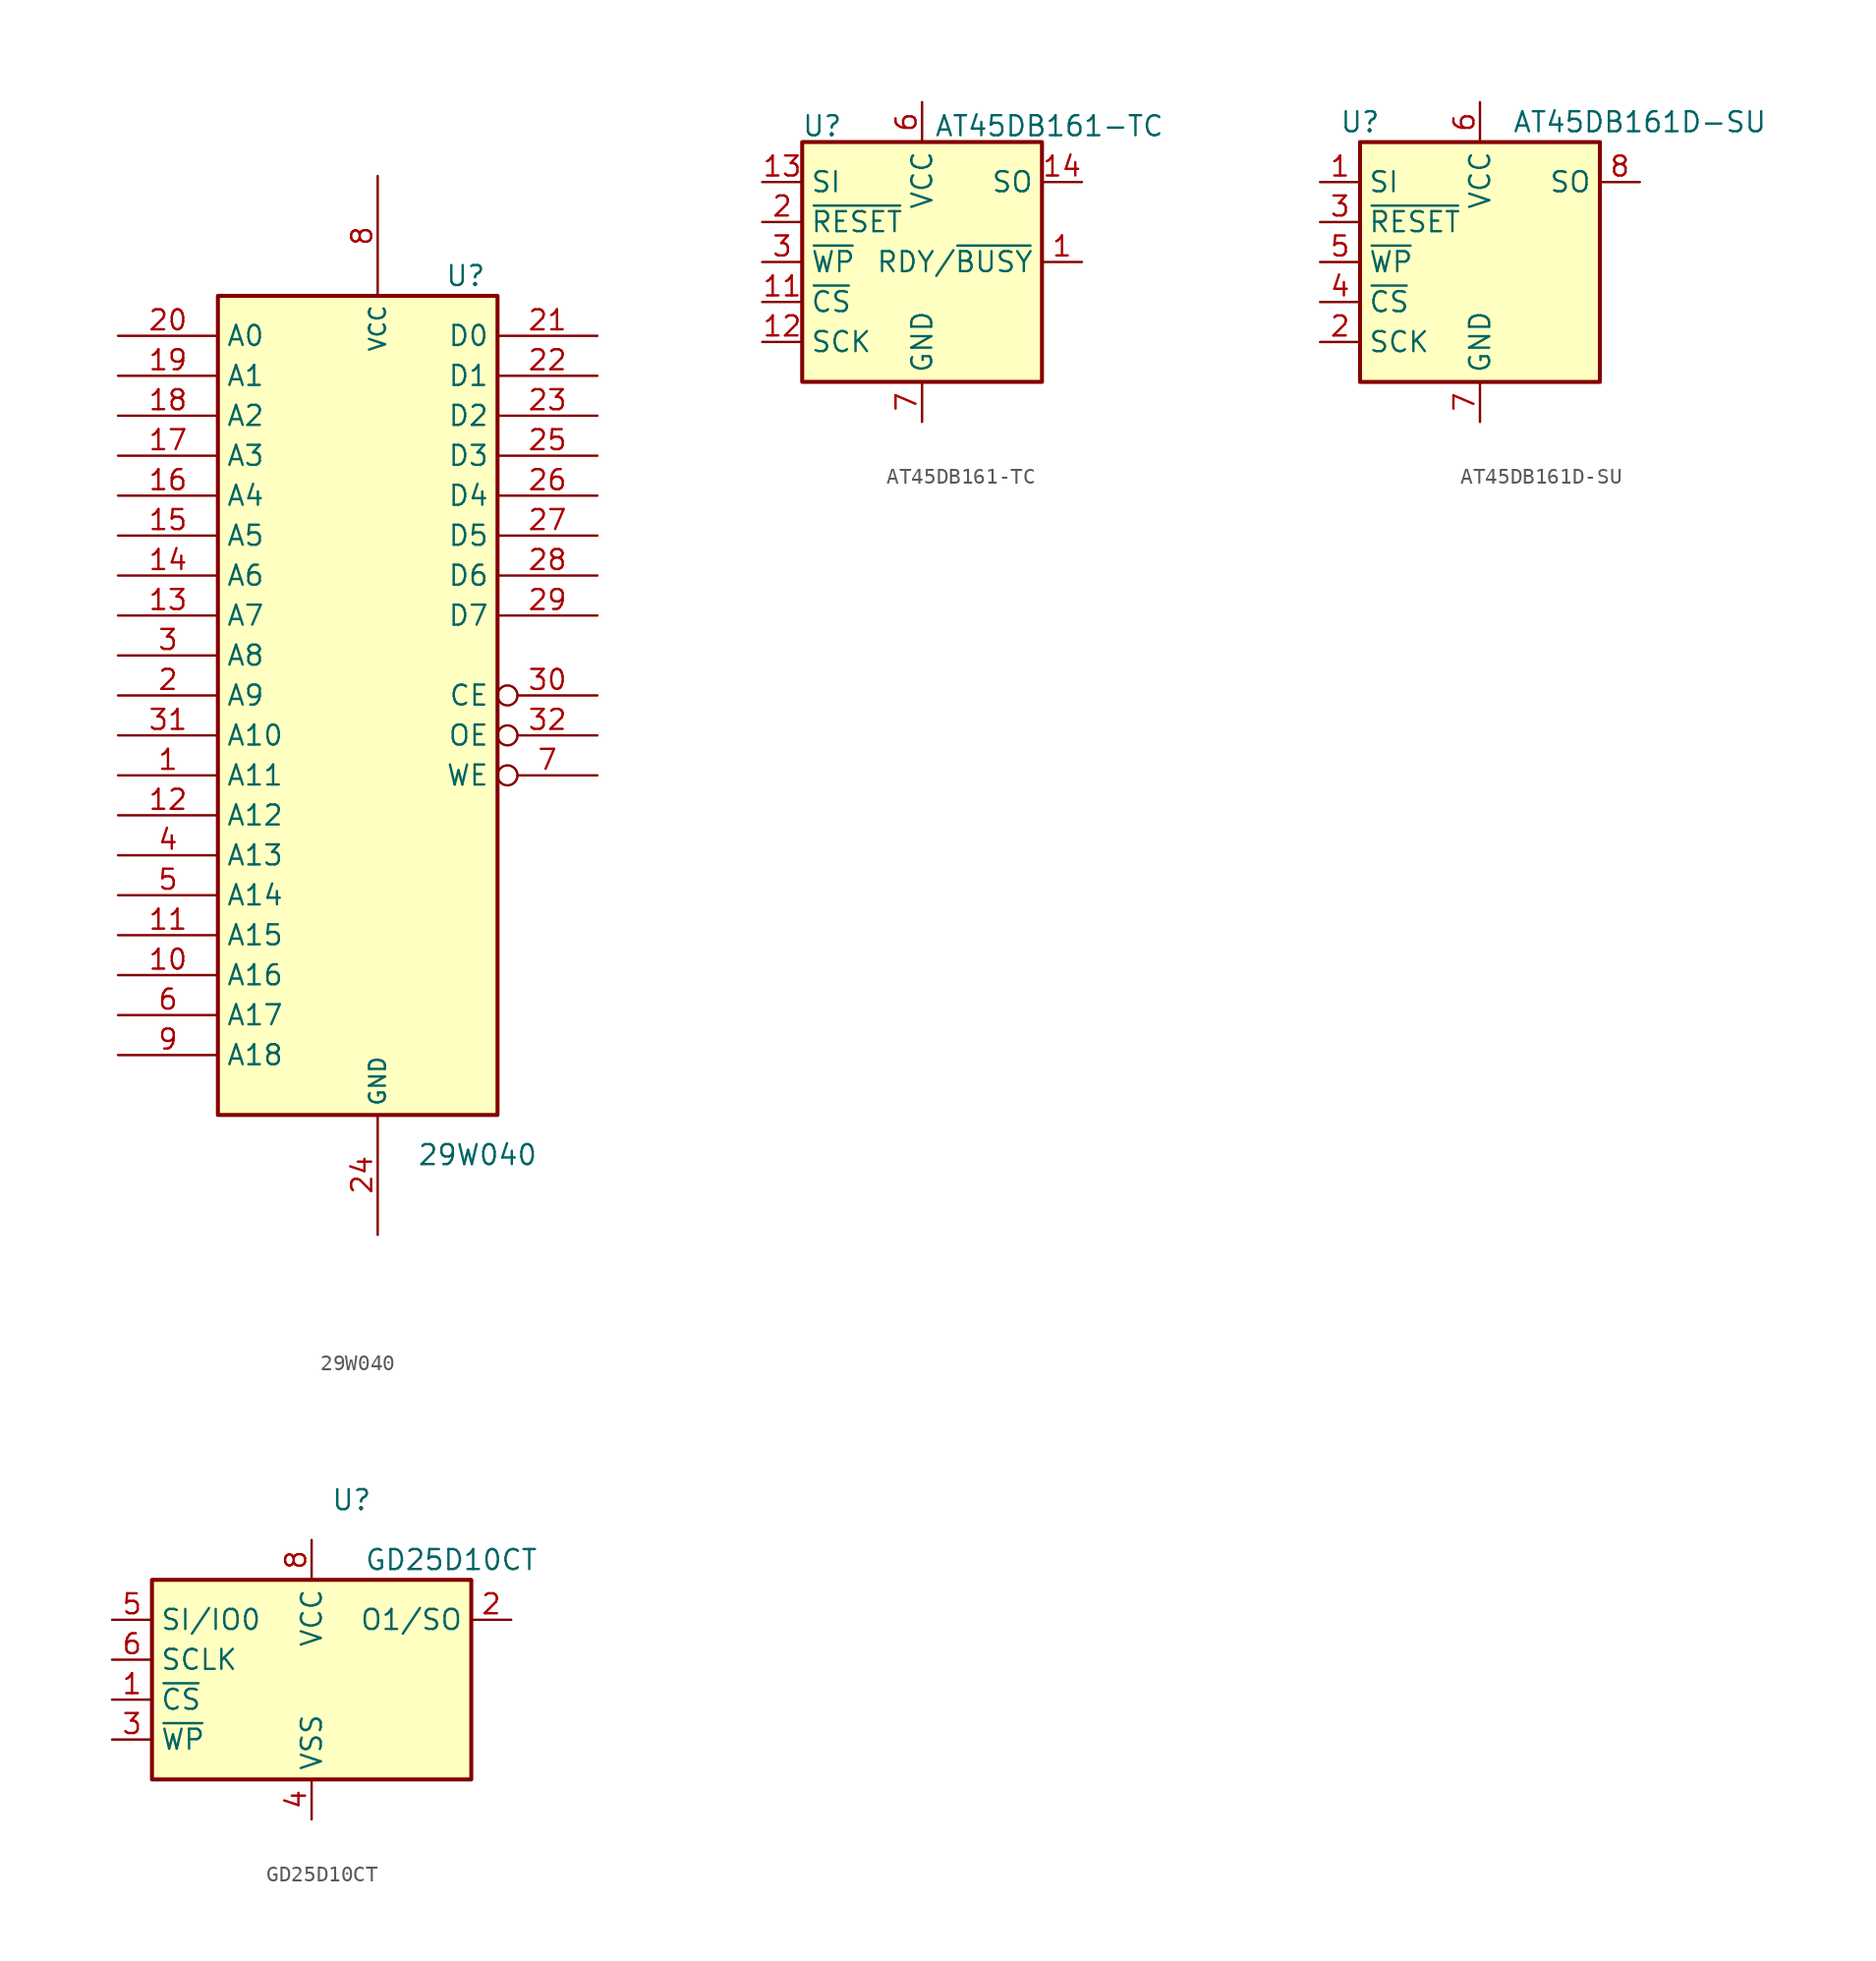
<source format=kicad_sym>
(kicad_symbol_lib
  (version 20211014)
  (generator kicad_symbol_editor)
  (symbol "29W040"
    (property "Reference" "U"
      (at 6.858 24.13 0)
      (effects (font (size 1.27 1.27))))
    (property "Value" "29W040"
      (at 7.62 -31.75 0)
      (effects (font (size 1.27 1.27))))
    (symbol "29W040_0_1"
      (rectangle (start -8.89 22.86) (end 8.89 -29.21) (stroke (width 0.254) (type default) (color 0 0 0 0)) (fill (type background))))
    (symbol "29W040_1_1"
      (pin input line (at -15.24 -7.62 0) (length 6.35) (name "A11" (effects (font (size 1.27 1.27)))) (number "1" (effects (font (size 1.27 1.27)))))
      (pin input line (at -15.24 -20.32 0) (length 6.35) (name "A16" (effects (font (size 1.27 1.27)))) (number "10" (effects (font (size 1.27 1.27)))))
      (pin input line (at -15.24 -17.78 0) (length 6.35) (name "A15" (effects (font (size 1.27 1.27)))) (number "11" (effects (font (size 1.27 1.27)))))
      (pin input line (at -15.24 -10.16 0) (length 6.35) (name "A12" (effects (font (size 1.27 1.27)))) (number "12" (effects (font (size 1.27 1.27)))))
      (pin input line (at -15.24 2.54 0) (length 6.35) (name "A7" (effects (font (size 1.27 1.27)))) (number "13" (effects (font (size 1.27 1.27)))))
      (pin input line (at -15.24 5.08 0) (length 6.35) (name "A6" (effects (font (size 1.27 1.27)))) (number "14" (effects (font (size 1.27 1.27)))))
      (pin input line (at -15.24 7.62 0) (length 6.35) (name "A5" (effects (font (size 1.27 1.27)))) (number "15" (effects (font (size 1.27 1.27)))))
      (pin input line (at -15.24 10.16 0) (length 6.35) (name "A4" (effects (font (size 1.27 1.27)))) (number "16" (effects (font (size 1.27 1.27)))))
      (pin input line (at -15.24 12.7 0) (length 6.35) (name "A3" (effects (font (size 1.27 1.27)))) (number "17" (effects (font (size 1.27 1.27)))))
      (pin input line (at -15.24 15.24 0) (length 6.35) (name "A2" (effects (font (size 1.27 1.27)))) (number "18" (effects (font (size 1.27 1.27)))))
      (pin input line (at -15.24 17.78 0) (length 6.35) (name "A1" (effects (font (size 1.27 1.27)))) (number "19" (effects (font (size 1.27 1.27)))))
      (pin input line (at -15.24 -2.54 0) (length 6.35) (name "A9" (effects (font (size 1.27 1.27)))) (number "2" (effects (font (size 1.27 1.27)))))
      (pin input line (at -15.24 20.32 0) (length 6.35) (name "A0" (effects (font (size 1.27 1.27)))) (number "20" (effects (font (size 1.27 1.27)))))
      (pin tri_state line (at 15.24 20.32 180) (length 6.35) (name "D0" (effects (font (size 1.27 1.27)))) (number "21" (effects (font (size 1.27 1.27)))))
      (pin tri_state line (at 15.24 17.78 180) (length 6.35) (name "D1" (effects (font (size 1.27 1.27)))) (number "22" (effects (font (size 1.27 1.27)))))
      (pin tri_state line (at 15.24 15.24 180) (length 6.35) (name "D2" (effects (font (size 1.27 1.27)))) (number "23" (effects (font (size 1.27 1.27)))))
      (pin power_in line (at 1.27 -36.83 90) (length 7.62) (name "GND" (effects (font (size 1.016 1.016)))) (number "24" (effects (font (size 1.27 1.27)))))
      (pin tri_state line (at 15.24 12.7 180) (length 6.35) (name "D3" (effects (font (size 1.27 1.27)))) (number "25" (effects (font (size 1.27 1.27)))))
      (pin tri_state line (at 15.24 10.16 180) (length 6.35) (name "D4" (effects (font (size 1.27 1.27)))) (number "26" (effects (font (size 1.27 1.27)))))
      (pin tri_state line (at 15.24 7.62 180) (length 6.35) (name "D5" (effects (font (size 1.27 1.27)))) (number "27" (effects (font (size 1.27 1.27)))))
      (pin tri_state line (at 15.24 5.08 180) (length 6.35) (name "D6" (effects (font (size 1.27 1.27)))) (number "28" (effects (font (size 1.27 1.27)))))
      (pin tri_state line (at 15.24 2.54 180) (length 6.35) (name "D7" (effects (font (size 1.27 1.27)))) (number "29" (effects (font (size 1.27 1.27)))))
      (pin input line (at -15.24 0 0) (length 6.35) (name "A8" (effects (font (size 1.27 1.27)))) (number "3" (effects (font (size 1.27 1.27)))))
      (pin input inverted (at 15.24 -2.54 180) (length 6.35) (name "CE" (effects (font (size 1.27 1.27)))) (number "30" (effects (font (size 1.27 1.27)))))
      (pin input line (at -15.24 -5.08 0) (length 6.35) (name "A10" (effects (font (size 1.27 1.27)))) (number "31" (effects (font (size 1.27 1.27)))))
      (pin input inverted (at 15.24 -5.08 180) (length 6.35) (name "OE" (effects (font (size 1.27 1.27)))) (number "32" (effects (font (size 1.27 1.27)))))
      (pin input line (at -15.24 -12.7 0) (length 6.35) (name "A13" (effects (font (size 1.27 1.27)))) (number "4" (effects (font (size 1.27 1.27)))))
      (pin input line (at -15.24 -15.24 0) (length 6.35) (name "A14" (effects (font (size 1.27 1.27)))) (number "5" (effects (font (size 1.27 1.27)))))
      (pin input line (at -15.24 -22.86 0) (length 6.35) (name "A17" (effects (font (size 1.27 1.27)))) (number "6" (effects (font (size 1.27 1.27)))))
      (pin input inverted (at 15.24 -7.62 180) (length 6.35) (name "WE" (effects (font (size 1.27 1.27)))) (number "7" (effects (font (size 1.27 1.27)))))
      (pin power_in line (at 1.27 30.48 270) (length 7.62) (name "VCC" (effects (font (size 1.016 1.016)))) (number "8" (effects (font (size 1.27 1.27)))))
      (pin input line (at -15.24 -25.4 0) (length 6.35) (name "A18" (effects (font (size 1.27 1.27)))) (number "9" (effects (font (size 1.27 1.27)))))))
  (symbol "AT45DB161-TC"
    (property "Reference" "U"
      (at -6.35 8.636 0)
      (effects (font (size 1.27 1.27))))
    (property "Value" "AT45DB161-TC"
      (at 0.762 8.636 0)
      (effects (font (size 1.27 1.27)) (justify left)))
    (symbol "AT45DB161-TC_0_1"
      (rectangle (start -7.62 7.62) (end 7.62 -7.62) (stroke (width 0.254) (type default) (color 0 0 0 0)) (fill (type background))))
    (symbol "AT45DB161-TC_1_1"
      (pin output line (at 10.16 0 180) (length 2.54) (name "RDY/~{BUSY}" (effects (font (size 1.27 1.27)))) (number "1" (effects (font (size 1.27 1.27)))))
      (pin input line (at -10.16 -2.54 0) (length 2.54) (name "~{CS}" (effects (font (size 1.27 1.27)))) (number "11" (effects (font (size 1.27 1.27)))))
      (pin input line (at -10.16 -5.08 0) (length 2.54) (name "SCK" (effects (font (size 1.27 1.27)))) (number "12" (effects (font (size 1.27 1.27)))))
      (pin input line (at -10.16 5.08 0) (length 2.54) (name "SI" (effects (font (size 1.27 1.27)))) (number "13" (effects (font (size 1.27 1.27)))))
      (pin output line (at 10.16 5.08 180) (length 2.54) (name "SO" (effects (font (size 1.27 1.27)))) (number "14" (effects (font (size 1.27 1.27)))))
      (pin input line (at -10.16 2.54 0) (length 2.54) (name "~{RESET}" (effects (font (size 1.27 1.27)))) (number "2" (effects (font (size 1.27 1.27)))))
      (pin input line (at -10.16 0 0) (length 2.54) (name "~{WP}" (effects (font (size 1.27 1.27)))) (number "3" (effects (font (size 1.27 1.27)))))
      (pin power_in line (at 0 10.16 270) (length 2.54) (name "VCC" (effects (font (size 1.27 1.27)))) (number "6" (effects (font (size 1.27 1.27)))))
      (pin power_in line (at 0 -10.16 90) (length 2.54) (name "GND" (effects (font (size 1.27 1.27)))) (number "7" (effects (font (size 1.27 1.27)))))))
  (symbol "AT45DB161D-SU"
    (property "Reference" "U"
      (at -7.62 8.89 0)
      (effects (font (size 1.27 1.27))))
    (property "Value" "AT45DB161D-SU"
      (at 10.16 8.89 0)
      (effects (font (size 1.27 1.27))))
    (symbol "AT45DB161D-SU_1_1"
      (rectangle (start -7.62 7.62) (end 7.62 -7.62) (stroke (width 0.254) (type default) (color 0 0 0 0)) (fill (type background)))
      (pin input line (at -10.16 5.08 0) (length 2.54) (name "SI" (effects (font (size 1.27 1.27)))) (number "1" (effects (font (size 1.27 1.27)))))
      (pin input line (at -10.16 -5.08 0) (length 2.54) (name "SCK" (effects (font (size 1.27 1.27)))) (number "2" (effects (font (size 1.27 1.27)))))
      (pin bidirectional line (at -10.16 2.54 0) (length 2.54) (name "~{RESET}" (effects (font (size 1.27 1.27)))) (number "3" (effects (font (size 1.27 1.27)))))
      (pin input line (at -10.16 -2.54 0) (length 2.54) (name "~{CS}" (effects (font (size 1.27 1.27)))) (number "4" (effects (font (size 1.27 1.27)))))
      (pin input line (at -10.16 0 0) (length 2.54) (name "~{WP}" (effects (font (size 1.27 1.27)))) (number "5" (effects (font (size 1.27 1.27)))))
      (pin power_in line (at 0 10.16 270) (length 2.54) (name "VCC" (effects (font (size 1.27 1.27)))) (number "6" (effects (font (size 1.27 1.27)))))
      (pin power_in line (at 0 -10.16 90) (length 2.54) (name "GND" (effects (font (size 1.27 1.27)))) (number "7" (effects (font (size 1.27 1.27)))))
      (pin output line (at 10.16 5.08 180) (length 2.54) (name "SO" (effects (font (size 1.27 1.27)))) (number "8" (effects (font (size 1.27 1.27)))))))
  (symbol "GD25D10CT"
    (property "Reference" "U"
      (at 2.54 12.7 0)
      (effects (font (size 1.27 1.27))))
    (property "Value" "GD25D10CT"
      (at 8.89 8.89 0)
      (effects (font (size 1.27 1.27))))
    (symbol "GD25D10CT_1_1"
      (rectangle (start -10.16 7.62) (end 10.16 -5.08) (stroke (width 0.254) (type default) (color 0 0 0 0)) (fill (type background)))
      (pin input line (at -12.7 0 0) (length 2.54) (name "~{CS}" (effects (font (size 1.27 1.27)))) (number "1" (effects (font (size 1.27 1.27)))))
      (pin output line (at 12.7 5.08 180) (length 2.54) (name "O1/SO" (effects (font (size 1.27 1.27)))) (number "2" (effects (font (size 1.27 1.27)))))
      (pin input line (at -12.7 -2.54 0) (length 2.54) (name "~{WP}" (effects (font (size 1.27 1.27)))) (number "3" (effects (font (size 1.27 1.27)))))
      (pin power_in line (at 0 -7.62 90) (length 2.54) (name "VSS" (effects (font (size 1.27 1.27)))) (number "4" (effects (font (size 1.27 1.27)))))
      (pin bidirectional line (at -12.7 5.08 0) (length 2.54) (name "SI/IO0" (effects (font (size 1.27 1.27)))) (number "5" (effects (font (size 1.27 1.27)))))
      (pin input line (at -12.7 2.54 0) (length 2.54) (name "SCLK" (effects (font (size 1.27 1.27)))) (number "6" (effects (font (size 1.27 1.27)))))
      (pin no_connect line (at 10.16 -2.54 180) (length 2.54) hide (name "NC" (effects (font (size 1.27 1.27)))) (number "7" (effects (font (size 1.27 1.27)))))
      (pin power_in line (at 0 10.16 270) (length 2.54) (name "VCC" (effects (font (size 1.27 1.27)))) (number "8" (effects (font (size 1.27 1.27))))))))
</source>
